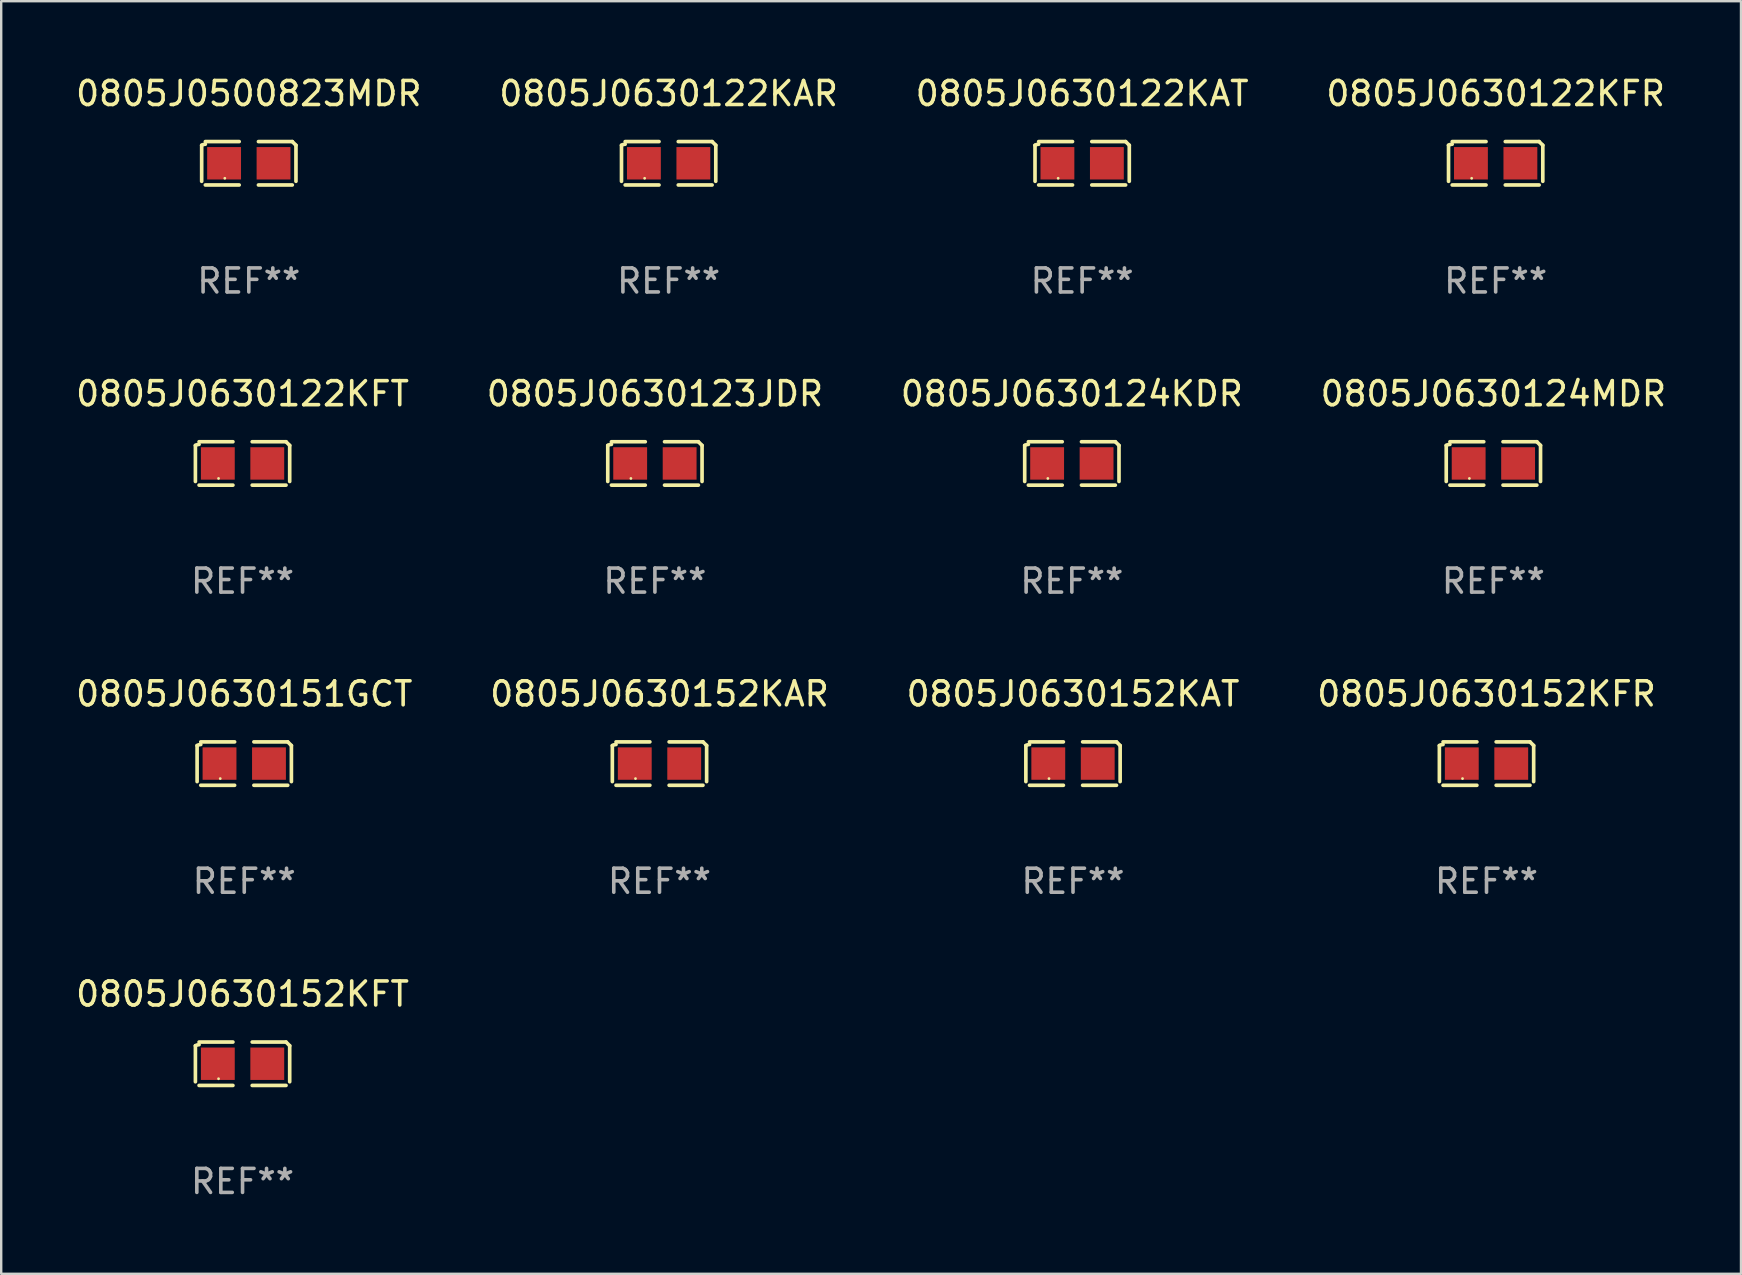
<source format=kicad_pcb>
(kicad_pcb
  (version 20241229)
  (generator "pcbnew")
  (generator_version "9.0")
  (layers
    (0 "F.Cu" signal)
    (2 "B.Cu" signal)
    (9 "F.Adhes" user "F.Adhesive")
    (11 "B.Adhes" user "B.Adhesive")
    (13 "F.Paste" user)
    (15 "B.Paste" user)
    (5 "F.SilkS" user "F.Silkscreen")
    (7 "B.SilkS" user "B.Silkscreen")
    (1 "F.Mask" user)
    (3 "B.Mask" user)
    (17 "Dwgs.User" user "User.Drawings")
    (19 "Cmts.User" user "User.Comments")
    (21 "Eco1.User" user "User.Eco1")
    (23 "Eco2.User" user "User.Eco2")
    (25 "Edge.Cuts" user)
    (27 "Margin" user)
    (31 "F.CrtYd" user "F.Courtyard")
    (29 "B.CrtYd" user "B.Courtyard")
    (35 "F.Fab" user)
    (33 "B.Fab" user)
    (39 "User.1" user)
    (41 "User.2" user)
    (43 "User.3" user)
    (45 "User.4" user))
  (footprint "0805J0630152KAT"
    (layer "F.Cu")
    (at 41.649 28.759)
    (property "Reference" "0805J0630152KAT" (at 0 -2.904 0) (layer "F.SilkS") (effects (font (size 1 1) (thickness 0.15))))
    (attr through_hole)
    (fp_line (start -1.964 0.751) (end -1.964 -0.751) (stroke (width 0.152) (type solid)) (layer "F.SilkS"))
    (fp_line (start -1.811 -0.904) (end -0.401 -0.904) (stroke (width 0.152) (type solid)) (layer "F.SilkS"))
    (fp_line (start -0.401 0.904) (end -1.811 0.904) (stroke (width 0.152) (type solid)) (layer "F.SilkS"))
    (fp_line (start 0.401 0.904) (end 1.811 0.904) (stroke (width 0.152) (type solid)) (layer "F.SilkS"))
    (fp_line (start 1.811 -0.904) (end 0.401 -0.904) (stroke (width 0.152) (type solid)) (layer "F.SilkS"))
    (fp_line (start 1.964 0.751) (end 1.964 -0.751) (stroke (width 0.152) (type solid)) (layer "F.SilkS"))
    (fp_arc (start -1.963602 -0.751207) (mid -1.890354 -0.783131) (end -1.811201 -0.794044) (stroke (width 0.1524) (type solid)) (layer "F.SilkS"))
    (fp_arc (start 1.811202 -0.903607) (mid 1.887413 -0.827418) (end 1.963602 -0.751207) (stroke (width 0.1524) (type solid)) (layer "F.SilkS"))
    (fp_circle (center -1 0.625) (end -0.97 0.625) (stroke (width 0.06) (type solid)) (fill no) (layer "F.SilkS"))
    (fp_text user "REF**" (at 0 4.904 0) (layer "F.Fab") (effects (font (size 1 1) (thickness 0.15))))
    (pad "1" smd rect (at -1.03 0) (size 1.41 1.35) (layers "F.Cu" "F.Mask" "F.Paste"))
    (pad "2" smd rect (at 1.03 0) (size 1.41 1.35) (layers "F.Cu" "F.Mask" "F.Paste")))
  (footprint "0805J0630152KAR"
    (layer "F.Cu")
    (at 24.423 28.759)
    (property "Reference" "0805J0630152KAR" (at 0 -2.904 0) (layer "F.SilkS") (effects (font (size 1 1) (thickness 0.15))))
    (attr through_hole)
    (fp_line (start -1.964 0.751) (end -1.964 -0.751) (stroke (width 0.152) (type solid)) (layer "F.SilkS"))
    (fp_line (start -1.811 -0.904) (end -0.401 -0.904) (stroke (width 0.152) (type solid)) (layer "F.SilkS"))
    (fp_line (start -0.401 0.904) (end -1.811 0.904) (stroke (width 0.152) (type solid)) (layer "F.SilkS"))
    (fp_line (start 0.401 0.904) (end 1.811 0.904) (stroke (width 0.152) (type solid)) (layer "F.SilkS"))
    (fp_line (start 1.811 -0.904) (end 0.401 -0.904) (stroke (width 0.152) (type solid)) (layer "F.SilkS"))
    (fp_line (start 1.964 0.751) (end 1.964 -0.751) (stroke (width 0.152) (type solid)) (layer "F.SilkS"))
    (fp_arc (start -1.963602 -0.751207) (mid -1.890354 -0.783131) (end -1.811201 -0.794044) (stroke (width 0.1524) (type solid)) (layer "F.SilkS"))
    (fp_arc (start 1.811202 -0.903607) (mid 1.887413 -0.827418) (end 1.963602 -0.751207) (stroke (width 0.1524) (type solid)) (layer "F.SilkS"))
    (fp_circle (center -1 0.625) (end -0.97 0.625) (stroke (width 0.06) (type solid)) (fill no) (layer "F.SilkS"))
    (fp_text user "REF**" (at 0 4.904 0) (layer "F.Fab") (effects (font (size 1 1) (thickness 0.15))))
    (pad "1" smd rect (at -1.03 0) (size 1.41 1.35) (layers "F.Cu" "F.Mask" "F.Paste"))
    (pad "2" smd rect (at 1.03 0) (size 1.41 1.35) (layers "F.Cu" "F.Mask" "F.Paste")))
  (footprint "0805J0630151GCT"
    (layer "F.Cu")
    (at 7.125 28.759)
    (property "Reference" "0805J0630151GCT" (at 0 -2.904 0) (layer "F.SilkS") (effects (font (size 1 1) (thickness 0.15))))
    (attr through_hole)
    (fp_line (start -1.964 0.751) (end -1.964 -0.751) (stroke (width 0.152) (type solid)) (layer "F.SilkS"))
    (fp_line (start -1.811 -0.904) (end -0.401 -0.904) (stroke (width 0.152) (type solid)) (layer "F.SilkS"))
    (fp_line (start -0.401 0.904) (end -1.811 0.904) (stroke (width 0.152) (type solid)) (layer "F.SilkS"))
    (fp_line (start 0.401 0.904) (end 1.811 0.904) (stroke (width 0.152) (type solid)) (layer "F.SilkS"))
    (fp_line (start 1.811 -0.904) (end 0.401 -0.904) (stroke (width 0.152) (type solid)) (layer "F.SilkS"))
    (fp_line (start 1.964 0.751) (end 1.964 -0.751) (stroke (width 0.152) (type solid)) (layer "F.SilkS"))
    (fp_arc (start -1.963602 -0.751207) (mid -1.890354 -0.783131) (end -1.811201 -0.794044) (stroke (width 0.1524) (type solid)) (layer "F.SilkS"))
    (fp_arc (start 1.811202 -0.903607) (mid 1.887413 -0.827418) (end 1.963602 -0.751207) (stroke (width 0.1524) (type solid)) (layer "F.SilkS"))
    (fp_circle (center -1 0.625) (end -0.97 0.625) (stroke (width 0.06) (type solid)) (fill no) (layer "F.SilkS"))
    (fp_text user "REF**" (at 0 4.904 0) (layer "F.Fab") (effects (font (size 1 1) (thickness 0.15))))
    (pad "1" smd rect (at -1.03 0) (size 1.41 1.35) (layers "F.Cu" "F.Mask" "F.Paste"))
    (pad "2" smd rect (at 1.03 0) (size 1.41 1.35) (layers "F.Cu" "F.Mask" "F.Paste")))
  (footprint "0805J0630122KFR"
    (layer "F.Cu")
    (at 59.256 3.752)
    (property "Reference" "0805J0630122KFR" (at 0 -2.904 0) (layer "F.SilkS") (effects (font (size 1 1) (thickness 0.15))))
    (attr through_hole)
    (fp_line (start -1.964 0.751) (end -1.964 -0.751) (stroke (width 0.152) (type solid)) (layer "F.SilkS"))
    (fp_line (start -1.811 -0.904) (end -0.401 -0.904) (stroke (width 0.152) (type solid)) (layer "F.SilkS"))
    (fp_line (start -0.401 0.904) (end -1.811 0.904) (stroke (width 0.152) (type solid)) (layer "F.SilkS"))
    (fp_line (start 0.401 0.904) (end 1.811 0.904) (stroke (width 0.152) (type solid)) (layer "F.SilkS"))
    (fp_line (start 1.811 -0.904) (end 0.401 -0.904) (stroke (width 0.152) (type solid)) (layer "F.SilkS"))
    (fp_line (start 1.964 0.751) (end 1.964 -0.751) (stroke (width 0.152) (type solid)) (layer "F.SilkS"))
    (fp_arc (start -1.963602 -0.751207) (mid -1.890354 -0.783131) (end -1.811201 -0.794044) (stroke (width 0.1524) (type solid)) (layer "F.SilkS"))
    (fp_arc (start 1.811202 -0.903607) (mid 1.887413 -0.827418) (end 1.963602 -0.751207) (stroke (width 0.1524) (type solid)) (layer "F.SilkS"))
    (fp_circle (center -1 0.625) (end -0.97 0.625) (stroke (width 0.06) (type solid)) (fill no) (layer "F.SilkS"))
    (fp_text user "REF**" (at 0 4.904 0) (layer "F.Fab") (effects (font (size 1 1) (thickness 0.15))))
    (pad "1" smd rect (at -1.03 0) (size 1.41 1.35) (layers "F.Cu" "F.Mask" "F.Paste"))
    (pad "2" smd rect (at 1.03 0) (size 1.41 1.35) (layers "F.Cu" "F.Mask" "F.Paste")))
  (footprint "0805J0630124KDR"
    (layer "F.Cu")
    (at 41.601 16.256)
    (property "Reference" "0805J0630124KDR" (at 0 -2.904 0) (layer "F.SilkS") (effects (font (size 1 1) (thickness 0.15))))
    (attr through_hole)
    (fp_line (start -1.964 0.751) (end -1.964 -0.751) (stroke (width 0.152) (type solid)) (layer "F.SilkS"))
    (fp_line (start -1.811 -0.904) (end -0.401 -0.904) (stroke (width 0.152) (type solid)) (layer "F.SilkS"))
    (fp_line (start -0.401 0.904) (end -1.811 0.904) (stroke (width 0.152) (type solid)) (layer "F.SilkS"))
    (fp_line (start 0.401 0.904) (end 1.811 0.904) (stroke (width 0.152) (type solid)) (layer "F.SilkS"))
    (fp_line (start 1.811 -0.904) (end 0.401 -0.904) (stroke (width 0.152) (type solid)) (layer "F.SilkS"))
    (fp_line (start 1.964 0.751) (end 1.964 -0.751) (stroke (width 0.152) (type solid)) (layer "F.SilkS"))
    (fp_arc (start -1.963602 -0.751207) (mid -1.890354 -0.783131) (end -1.811201 -0.794044) (stroke (width 0.1524) (type solid)) (layer "F.SilkS"))
    (fp_arc (start 1.811202 -0.903607) (mid 1.887413 -0.827418) (end 1.963602 -0.751207) (stroke (width 0.1524) (type solid)) (layer "F.SilkS"))
    (fp_circle (center -1 0.625) (end -0.97 0.625) (stroke (width 0.06) (type solid)) (fill no) (layer "F.SilkS"))
    (fp_text user "REF**" (at 0 4.904 0) (layer "F.Fab") (effects (font (size 1 1) (thickness 0.15))))
    (pad "1" smd rect (at -1.03 0) (size 1.41 1.35) (layers "F.Cu" "F.Mask" "F.Paste"))
    (pad "2" smd rect (at 1.03 0) (size 1.41 1.35) (layers "F.Cu" "F.Mask" "F.Paste")))
  (footprint "0805J0500823MDR"
    (layer "F.Cu")
    (at 7.315 3.752)
    (property "Reference" "0805J0500823MDR" (at 0 -2.904 0) (layer "F.SilkS") (effects (font (size 1 1) (thickness 0.15))))
    (attr through_hole)
    (fp_line (start -1.964 0.751) (end -1.964 -0.751) (stroke (width 0.152) (type solid)) (layer "F.SilkS"))
    (fp_line (start -1.811 -0.904) (end -0.401 -0.904) (stroke (width 0.152) (type solid)) (layer "F.SilkS"))
    (fp_line (start -0.401 0.904) (end -1.811 0.904) (stroke (width 0.152) (type solid)) (layer "F.SilkS"))
    (fp_line (start 0.401 0.904) (end 1.811 0.904) (stroke (width 0.152) (type solid)) (layer "F.SilkS"))
    (fp_line (start 1.811 -0.904) (end 0.401 -0.904) (stroke (width 0.152) (type solid)) (layer "F.SilkS"))
    (fp_line (start 1.964 0.751) (end 1.964 -0.751) (stroke (width 0.152) (type solid)) (layer "F.SilkS"))
    (fp_arc (start -1.963602 -0.751207) (mid -1.890354 -0.783131) (end -1.811201 -0.794044) (stroke (width 0.1524) (type solid)) (layer "F.SilkS"))
    (fp_arc (start 1.811202 -0.903607) (mid 1.887413 -0.827418) (end 1.963602 -0.751207) (stroke (width 0.1524) (type solid)) (layer "F.SilkS"))
    (fp_circle (center -1 0.625) (end -0.97 0.625) (stroke (width 0.06) (type solid)) (fill no) (layer "F.SilkS"))
    (fp_text user "REF**" (at 0 4.904 0) (layer "F.Fab") (effects (font (size 1 1) (thickness 0.15))))
    (pad "1" smd rect (at -1.03 0) (size 1.41 1.35) (layers "F.Cu" "F.Mask" "F.Paste"))
    (pad "2" smd rect (at 1.03 0) (size 1.41 1.35) (layers "F.Cu" "F.Mask" "F.Paste")))
  (footprint "0805J0630122KFT"
    (layer "F.Cu")
    (at 7.054 16.256)
    (property "Reference" "0805J0630122KFT" (at 0 -2.904 0) (layer "F.SilkS") (effects (font (size 1 1) (thickness 0.15))))
    (attr through_hole)
    (fp_line (start -1.964 0.751) (end -1.964 -0.751) (stroke (width 0.152) (type solid)) (layer "F.SilkS"))
    (fp_line (start -1.811 -0.904) (end -0.401 -0.904) (stroke (width 0.152) (type solid)) (layer "F.SilkS"))
    (fp_line (start -0.401 0.904) (end -1.811 0.904) (stroke (width 0.152) (type solid)) (layer "F.SilkS"))
    (fp_line (start 0.401 0.904) (end 1.811 0.904) (stroke (width 0.152) (type solid)) (layer "F.SilkS"))
    (fp_line (start 1.811 -0.904) (end 0.401 -0.904) (stroke (width 0.152) (type solid)) (layer "F.SilkS"))
    (fp_line (start 1.964 0.751) (end 1.964 -0.751) (stroke (width 0.152) (type solid)) (layer "F.SilkS"))
    (fp_arc (start -1.963602 -0.751207) (mid -1.890354 -0.783131) (end -1.811201 -0.794044) (stroke (width 0.1524) (type solid)) (layer "F.SilkS"))
    (fp_arc (start 1.811202 -0.903607) (mid 1.887413 -0.827418) (end 1.963602 -0.751207) (stroke (width 0.1524) (type solid)) (layer "F.SilkS"))
    (fp_circle (center -1 0.625) (end -0.97 0.625) (stroke (width 0.06) (type solid)) (fill no) (layer "F.SilkS"))
    (fp_text user "REF**" (at 0 4.904 0) (layer "F.Fab") (effects (font (size 1 1) (thickness 0.15))))
    (pad "1" smd rect (at -1.03 0) (size 1.41 1.35) (layers "F.Cu" "F.Mask" "F.Paste"))
    (pad "2" smd rect (at 1.03 0) (size 1.41 1.35) (layers "F.Cu" "F.Mask" "F.Paste")))
  (footprint "0805J0630122KAR"
    (layer "F.Cu")
    (at 24.804 3.752)
    (property "Reference" "0805J0630122KAR" (at 0 -2.904 0) (layer "F.SilkS") (effects (font (size 1 1) (thickness 0.15))))
    (attr through_hole)
    (fp_line (start -1.964 0.751) (end -1.964 -0.751) (stroke (width 0.152) (type solid)) (layer "F.SilkS"))
    (fp_line (start -1.811 -0.904) (end -0.401 -0.904) (stroke (width 0.152) (type solid)) (layer "F.SilkS"))
    (fp_line (start -0.401 0.904) (end -1.811 0.904) (stroke (width 0.152) (type solid)) (layer "F.SilkS"))
    (fp_line (start 0.401 0.904) (end 1.811 0.904) (stroke (width 0.152) (type solid)) (layer "F.SilkS"))
    (fp_line (start 1.811 -0.904) (end 0.401 -0.904) (stroke (width 0.152) (type solid)) (layer "F.SilkS"))
    (fp_line (start 1.964 0.751) (end 1.964 -0.751) (stroke (width 0.152) (type solid)) (layer "F.SilkS"))
    (fp_arc (start -1.963602 -0.751207) (mid -1.890354 -0.783131) (end -1.811201 -0.794044) (stroke (width 0.1524) (type solid)) (layer "F.SilkS"))
    (fp_arc (start 1.811202 -0.903607) (mid 1.887413 -0.827418) (end 1.963602 -0.751207) (stroke (width 0.1524) (type solid)) (layer "F.SilkS"))
    (fp_circle (center -1 0.625) (end -0.97 0.625) (stroke (width 0.06) (type solid)) (fill no) (layer "F.SilkS"))
    (fp_text user "REF**" (at 0 4.904 0) (layer "F.Fab") (effects (font (size 1 1) (thickness 0.15))))
    (pad "1" smd rect (at -1.03 0) (size 1.41 1.35) (layers "F.Cu" "F.Mask" "F.Paste"))
    (pad "2" smd rect (at 1.03 0) (size 1.41 1.35) (layers "F.Cu" "F.Mask" "F.Paste")))
  (footprint "0805J0630152KFT"
    (layer "F.Cu")
    (at 7.054 41.263)
    (property "Reference" "0805J0630152KFT" (at 0 -2.904 0) (layer "F.SilkS") (effects (font (size 1 1) (thickness 0.15))))
    (attr through_hole)
    (fp_line (start -1.964 0.751) (end -1.964 -0.751) (stroke (width 0.152) (type solid)) (layer "F.SilkS"))
    (fp_line (start -1.811 -0.904) (end -0.401 -0.904) (stroke (width 0.152) (type solid)) (layer "F.SilkS"))
    (fp_line (start -0.401 0.904) (end -1.811 0.904) (stroke (width 0.152) (type solid)) (layer "F.SilkS"))
    (fp_line (start 0.401 0.904) (end 1.811 0.904) (stroke (width 0.152) (type solid)) (layer "F.SilkS"))
    (fp_line (start 1.811 -0.904) (end 0.401 -0.904) (stroke (width 0.152) (type solid)) (layer "F.SilkS"))
    (fp_line (start 1.964 0.751) (end 1.964 -0.751) (stroke (width 0.152) (type solid)) (layer "F.SilkS"))
    (fp_arc (start -1.963602 -0.751207) (mid -1.890354 -0.783131) (end -1.811201 -0.794044) (stroke (width 0.1524) (type solid)) (layer "F.SilkS"))
    (fp_arc (start 1.811202 -0.903607) (mid 1.887413 -0.827418) (end 1.963602 -0.751207) (stroke (width 0.1524) (type solid)) (layer "F.SilkS"))
    (fp_circle (center -1 0.625) (end -0.97 0.625) (stroke (width 0.06) (type solid)) (fill no) (layer "F.SilkS"))
    (fp_text user "REF**" (at 0 4.904 0) (layer "F.Fab") (effects (font (size 1 1) (thickness 0.15))))
    (pad "1" smd rect (at -1.03 0) (size 1.41 1.35) (layers "F.Cu" "F.Mask" "F.Paste"))
    (pad "2" smd rect (at 1.03 0) (size 1.41 1.35) (layers "F.Cu" "F.Mask" "F.Paste")))
  (footprint "0805J0630124MDR"
    (layer "F.Cu")
    (at 59.161 16.256)
    (property "Reference" "0805J0630124MDR" (at 0 -2.904 0) (layer "F.SilkS") (effects (font (size 1 1) (thickness 0.15))))
    (attr through_hole)
    (fp_line (start -1.964 0.751) (end -1.964 -0.751) (stroke (width 0.152) (type solid)) (layer "F.SilkS"))
    (fp_line (start -1.811 -0.904) (end -0.401 -0.904) (stroke (width 0.152) (type solid)) (layer "F.SilkS"))
    (fp_line (start -0.401 0.904) (end -1.811 0.904) (stroke (width 0.152) (type solid)) (layer "F.SilkS"))
    (fp_line (start 0.401 0.904) (end 1.811 0.904) (stroke (width 0.152) (type solid)) (layer "F.SilkS"))
    (fp_line (start 1.811 -0.904) (end 0.401 -0.904) (stroke (width 0.152) (type solid)) (layer "F.SilkS"))
    (fp_line (start 1.964 0.751) (end 1.964 -0.751) (stroke (width 0.152) (type solid)) (layer "F.SilkS"))
    (fp_arc (start -1.963602 -0.751207) (mid -1.890354 -0.783131) (end -1.811201 -0.794044) (stroke (width 0.1524) (type solid)) (layer "F.SilkS"))
    (fp_arc (start 1.811202 -0.903607) (mid 1.887413 -0.827418) (end 1.963602 -0.751207) (stroke (width 0.1524) (type solid)) (layer "F.SilkS"))
    (fp_circle (center -1 0.625) (end -0.97 0.625) (stroke (width 0.06) (type solid)) (fill no) (layer "F.SilkS"))
    (fp_text user "REF**" (at 0 4.904 0) (layer "F.Fab") (effects (font (size 1 1) (thickness 0.15))))
    (pad "1" smd rect (at -1.03 0) (size 1.41 1.35) (layers "F.Cu" "F.Mask" "F.Paste"))
    (pad "2" smd rect (at 1.03 0) (size 1.41 1.35) (layers "F.Cu" "F.Mask" "F.Paste")))
  (footprint "0805J0630152KFR"
    (layer "F.Cu")
    (at 58.875 28.759)
    (property "Reference" "0805J0630152KFR" (at 0 -2.904 0) (layer "F.SilkS") (effects (font (size 1 1) (thickness 0.15))))
    (attr through_hole)
    (fp_line (start -1.964 0.751) (end -1.964 -0.751) (stroke (width 0.152) (type solid)) (layer "F.SilkS"))
    (fp_line (start -1.811 -0.904) (end -0.401 -0.904) (stroke (width 0.152) (type solid)) (layer "F.SilkS"))
    (fp_line (start -0.401 0.904) (end -1.811 0.904) (stroke (width 0.152) (type solid)) (layer "F.SilkS"))
    (fp_line (start 0.401 0.904) (end 1.811 0.904) (stroke (width 0.152) (type solid)) (layer "F.SilkS"))
    (fp_line (start 1.811 -0.904) (end 0.401 -0.904) (stroke (width 0.152) (type solid)) (layer "F.SilkS"))
    (fp_line (start 1.964 0.751) (end 1.964 -0.751) (stroke (width 0.152) (type solid)) (layer "F.SilkS"))
    (fp_arc (start -1.963602 -0.751207) (mid -1.890354 -0.783131) (end -1.811201 -0.794044) (stroke (width 0.1524) (type solid)) (layer "F.SilkS"))
    (fp_arc (start 1.811202 -0.903607) (mid 1.887413 -0.827418) (end 1.963602 -0.751207) (stroke (width 0.1524) (type solid)) (layer "F.SilkS"))
    (fp_circle (center -1 0.625) (end -0.97 0.625) (stroke (width 0.06) (type solid)) (fill no) (layer "F.SilkS"))
    (fp_text user "REF**" (at 0 4.904 0) (layer "F.Fab") (effects (font (size 1 1) (thickness 0.15))))
    (pad "1" smd rect (at -1.03 0) (size 1.41 1.35) (layers "F.Cu" "F.Mask" "F.Paste"))
    (pad "2" smd rect (at 1.03 0) (size 1.41 1.35) (layers "F.Cu" "F.Mask" "F.Paste")))
  (footprint "0805J0630122KAT"
    (layer "F.Cu")
    (at 42.03 3.752)
    (property "Reference" "0805J0630122KAT" (at 0 -2.904 0) (layer "F.SilkS") (effects (font (size 1 1) (thickness 0.15))))
    (attr through_hole)
    (fp_line (start -1.964 0.751) (end -1.964 -0.751) (stroke (width 0.152) (type solid)) (layer "F.SilkS"))
    (fp_line (start -1.811 -0.904) (end -0.401 -0.904) (stroke (width 0.152) (type solid)) (layer "F.SilkS"))
    (fp_line (start -0.401 0.904) (end -1.811 0.904) (stroke (width 0.152) (type solid)) (layer "F.SilkS"))
    (fp_line (start 0.401 0.904) (end 1.811 0.904) (stroke (width 0.152) (type solid)) (layer "F.SilkS"))
    (fp_line (start 1.811 -0.904) (end 0.401 -0.904) (stroke (width 0.152) (type solid)) (layer "F.SilkS"))
    (fp_line (start 1.964 0.751) (end 1.964 -0.751) (stroke (width 0.152) (type solid)) (layer "F.SilkS"))
    (fp_arc (start -1.963602 -0.751207) (mid -1.890354 -0.783131) (end -1.811201 -0.794044) (stroke (width 0.1524) (type solid)) (layer "F.SilkS"))
    (fp_arc (start 1.811202 -0.903607) (mid 1.887413 -0.827418) (end 1.963602 -0.751207) (stroke (width 0.1524) (type solid)) (layer "F.SilkS"))
    (fp_circle (center -1 0.625) (end -0.97 0.625) (stroke (width 0.06) (type solid)) (fill no) (layer "F.SilkS"))
    (fp_text user "REF**" (at 0 4.904 0) (layer "F.Fab") (effects (font (size 1 1) (thickness 0.15))))
    (pad "1" smd rect (at -1.03 0) (size 1.41 1.35) (layers "F.Cu" "F.Mask" "F.Paste"))
    (pad "2" smd rect (at 1.03 0) (size 1.41 1.35) (layers "F.Cu" "F.Mask" "F.Paste")))
  (footprint "0805J0630123JDR"
    (layer "F.Cu")
    (at 24.232 16.256)
    (property "Reference" "0805J0630123JDR" (at 0 -2.904 0) (layer "F.SilkS") (effects (font (size 1 1) (thickness 0.15))))
    (attr through_hole)
    (fp_line (start -1.964 0.751) (end -1.964 -0.751) (stroke (width 0.152) (type solid)) (layer "F.SilkS"))
    (fp_line (start -1.811 -0.904) (end -0.401 -0.904) (stroke (width 0.152) (type solid)) (layer "F.SilkS"))
    (fp_line (start -0.401 0.904) (end -1.811 0.904) (stroke (width 0.152) (type solid)) (layer "F.SilkS"))
    (fp_line (start 0.401 0.904) (end 1.811 0.904) (stroke (width 0.152) (type solid)) (layer "F.SilkS"))
    (fp_line (start 1.811 -0.904) (end 0.401 -0.904) (stroke (width 0.152) (type solid)) (layer "F.SilkS"))
    (fp_line (start 1.964 0.751) (end 1.964 -0.751) (stroke (width 0.152) (type solid)) (layer "F.SilkS"))
    (fp_arc (start -1.963602 -0.751207) (mid -1.890354 -0.783131) (end -1.811201 -0.794044) (stroke (width 0.1524) (type solid)) (layer "F.SilkS"))
    (fp_arc (start 1.811202 -0.903607) (mid 1.887413 -0.827418) (end 1.963602 -0.751207) (stroke (width 0.1524) (type solid)) (layer "F.SilkS"))
    (fp_circle (center -1 0.625) (end -0.97 0.625) (stroke (width 0.06) (type solid)) (fill no) (layer "F.SilkS"))
    (fp_text user "REF**" (at 0 4.904 0) (layer "F.Fab") (effects (font (size 1 1) (thickness 0.15))))
    (pad "1" smd rect (at -1.03 0) (size 1.41 1.35) (layers "F.Cu" "F.Mask" "F.Paste"))
    (pad "2" smd rect (at 1.03 0) (size 1.41 1.35) (layers "F.Cu" "F.Mask" "F.Paste")))
  (gr_rect
    (start -3 -3)
    (end 69.476 50.015)
    (stroke (width 0.1) (type default))
    (fill no)
    (layer "Edge.Cuts")))
</source>
